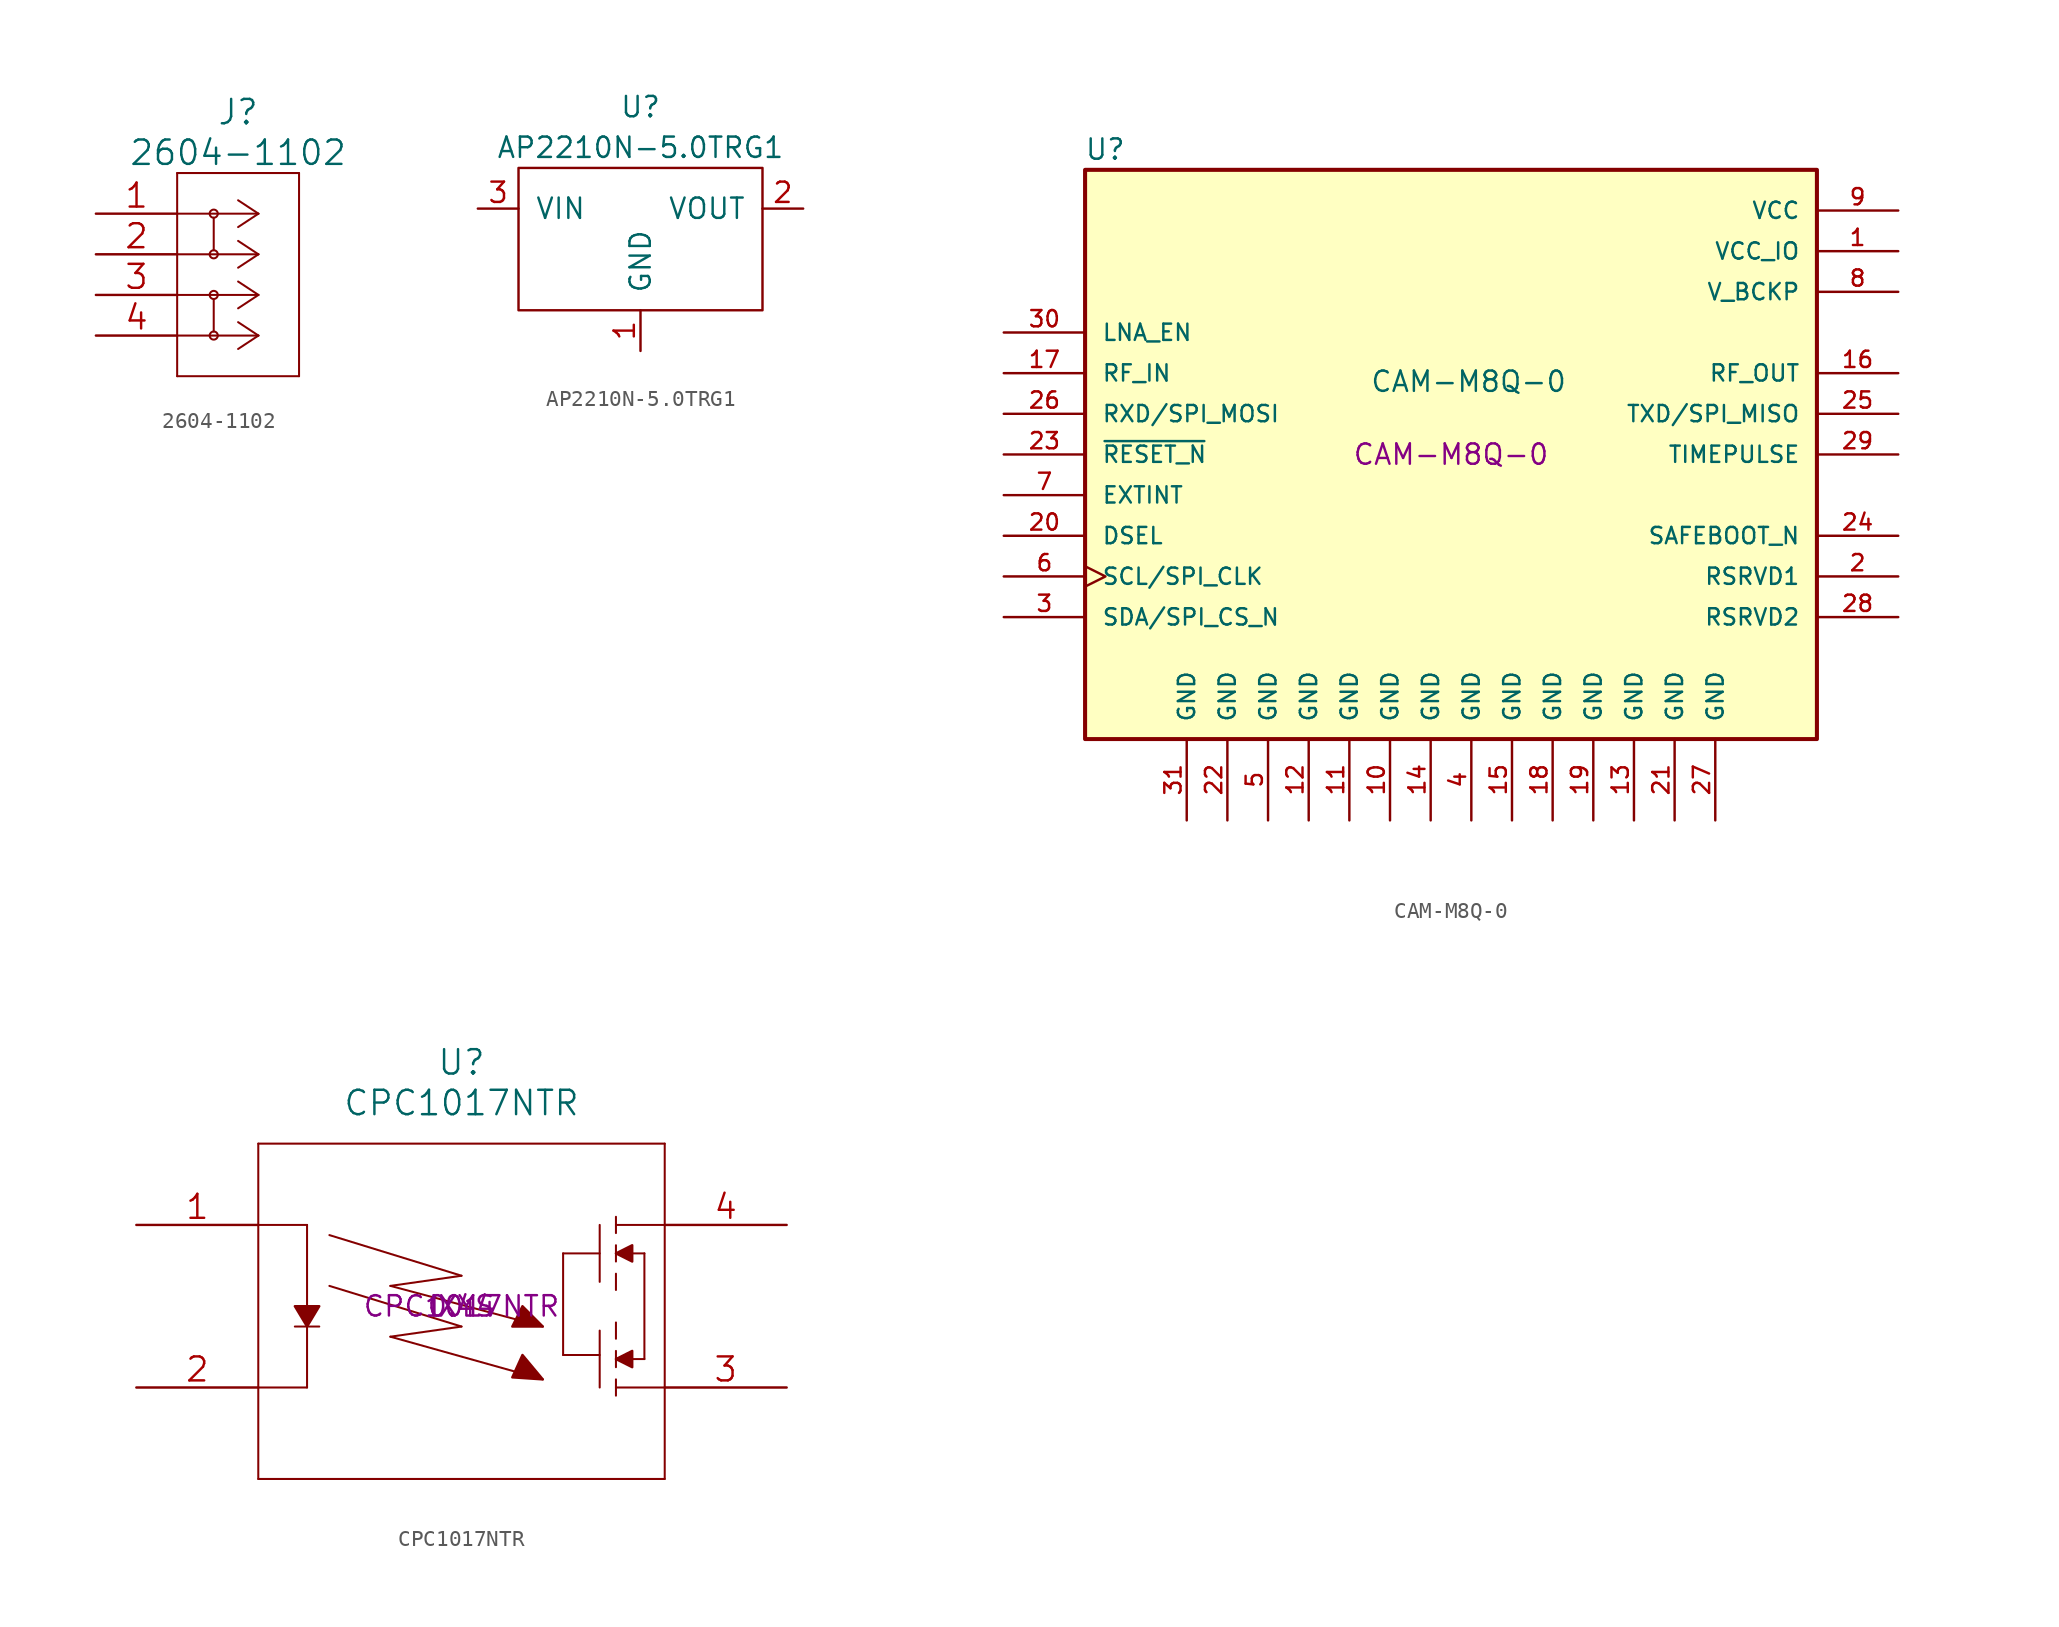
<source format=kicad_sym>
(kicad_symbol_lib
  (version 20211014)
  (generator kicad_symbol_editor)
  (symbol "2604-1102"
    (pin_names
      (offset 0.254) hide)
    (property "Reference" "J"
      (at -1.27 11.43 0)
      (effects (font (size 1.524 1.524))))
    (property "Value" "2604-1102"
      (at -1.27 8.89 0)
      (effects (font (size 1.524 1.524))))
    (symbol "2604-1102_1_1"
      (circle (center -2.794 -2.54) (radius 0.254) (stroke (width 0.127) (type default) (color 0 0 0 0)) (fill (type none)))
      (circle (center -2.794 0) (radius 0.254) (stroke (width 0.127) (type default) (color 0 0 0 0)) (fill (type none)))
      (circle (center -2.794 2.54) (radius 0.254) (stroke (width 0.127) (type default) (color 0 0 0 0)) (fill (type none)))
      (circle (center -2.794 5.08) (radius 0.254) (stroke (width 0.127) (type default) (color 0 0 0 0)) (fill (type none)))
      (arc (start -2.54 -2.54) (mid -3.048 -2.54) (end -2.54 -2.54) (stroke (width 0.127) (type default) (color 0 0 0 0)) (fill (type none)))
      (arc (start -2.54 0) (mid -3.048 0) (end -2.54 0) (stroke (width 0.127) (type default) (color 0 0 0 0)) (fill (type none)))
      (arc (start -2.54 2.54) (mid -3.048 2.54) (end -2.54 2.54) (stroke (width 0.127) (type default) (color 0 0 0 0)) (fill (type none)))
      (arc (start -2.54 5.08) (mid -3.048 5.08) (end -2.54 5.08) (stroke (width 0.127) (type default) (color 0 0 0 0)) (fill (type none)))
      (polyline (pts (xy -5.08 -5.08) (xy 2.54 -5.08)) (stroke (width 0.127) (type default) (color 0 0 0 0)) (fill (type none)))
      (polyline (pts (xy -5.08 7.62) (xy -5.08 -5.08)) (stroke (width 0.127) (type default) (color 0 0 0 0)) (fill (type none)))
      (polyline (pts (xy -2.794 -0.254) (xy -2.794 -2.286)) (stroke (width 0.127) (type default) (color 0 0 0 0)) (fill (type none)))
      (polyline (pts (xy -2.794 4.826) (xy -2.794 2.794)) (stroke (width 0.127) (type default) (color 0 0 0 0)) (fill (type none)))
      (polyline (pts (xy 0 -2.54) (xy -5.08 -2.54)) (stroke (width 0.127) (type default) (color 0 0 0 0)) (fill (type none)))
      (polyline (pts (xy 0 -2.54) (xy -1.27 -3.378)) (stroke (width 0.127) (type default) (color 0 0 0 0)) (fill (type none)))
      (polyline (pts (xy 0 -2.54) (xy -1.27 -1.702)) (stroke (width 0.127) (type default) (color 0 0 0 0)) (fill (type none)))
      (polyline (pts (xy 0 0) (xy -5.08 0)) (stroke (width 0.127) (type default) (color 0 0 0 0)) (fill (type none)))
      (polyline (pts (xy 0 0) (xy -1.27 -0.838)) (stroke (width 0.127) (type default) (color 0 0 0 0)) (fill (type none)))
      (polyline (pts (xy 0 0) (xy -1.27 0.838)) (stroke (width 0.127) (type default) (color 0 0 0 0)) (fill (type none)))
      (polyline (pts (xy 0 2.54) (xy -5.08 2.54)) (stroke (width 0.127) (type default) (color 0 0 0 0)) (fill (type none)))
      (polyline (pts (xy 0 2.54) (xy -1.27 1.702)) (stroke (width 0.127) (type default) (color 0 0 0 0)) (fill (type none)))
      (polyline (pts (xy 0 2.54) (xy -1.27 3.378)) (stroke (width 0.127) (type default) (color 0 0 0 0)) (fill (type none)))
      (polyline (pts (xy 0 5.08) (xy -5.08 5.08)) (stroke (width 0.127) (type default) (color 0 0 0 0)) (fill (type none)))
      (polyline (pts (xy 0 5.08) (xy -1.27 4.242)) (stroke (width 0.127) (type default) (color 0 0 0 0)) (fill (type none)))
      (polyline (pts (xy 0 5.08) (xy -1.27 5.918)) (stroke (width 0.127) (type default) (color 0 0 0 0)) (fill (type none)))
      (polyline (pts (xy 2.54 -5.08) (xy 2.54 7.62)) (stroke (width 0.127) (type default) (color 0 0 0 0)) (fill (type none)))
      (polyline (pts (xy 2.54 7.62) (xy -5.08 7.62)) (stroke (width 0.127) (type default) (color 0 0 0 0)) (fill (type none)))
      (pin passive line (at -10.16 5.08 0) (length 5.08) (name "1" (effects (font (size 1.499 1.499)))) (number "1" (effects (font (size 1.499 1.499)))))
      (pin passive line (at -10.16 2.54 0) (length 5.08) (name "2" (effects (font (size 1.499 1.499)))) (number "2" (effects (font (size 1.499 1.499)))))
      (pin passive line (at -10.16 0 0) (length 5.08) (name "3" (effects (font (size 1.499 1.499)))) (number "3" (effects (font (size 1.499 1.499)))))
      (pin passive line (at -10.16 -2.54 0) (length 5.08) (name "4" (effects (font (size 1.499 1.499)))) (number "4" (effects (font (size 1.499 1.499)))))))
  (symbol "AP2210N-5.0TRG1"
    (pin_names
      (offset 1.016))
    (property "Reference" "U"
      (at 0 8.89 0)
      (effects (font (size 1.27 1.27))))
    (property "Value" "AP2210N-5.0TRG1"
      (at 0 6.35 0)
      (effects (font (size 1.27 1.27))))
    (symbol "AP2210N-5.0TRG1_0_1"
      (rectangle (start -7.62 5.08) (end 7.62 -3.81) (stroke (width 0) (type default) (color 0 0 0 0)) (fill (type none))))
    (symbol "AP2210N-5.0TRG1_1_1"
      (pin power_in line (at 0 -6.35 90) (length 2.54) (name "GND" (effects (font (size 1.27 1.27)))) (number "1" (effects (font (size 1.27 1.27)))))
      (pin power_out line (at 10.16 2.54 180) (length 2.54) (name "VOUT" (effects (font (size 1.27 1.27)))) (number "2" (effects (font (size 1.27 1.27)))))
      (pin power_in line (at -10.16 2.54 0) (length 2.54) (name "VIN" (effects (font (size 1.27 1.27)))) (number "3" (effects (font (size 1.27 1.27)))))))
  (symbol "CAM-M8Q-0"
    (pin_names
      (offset 1.016))
    (property "Reference" "U"
      (at -22.911 18.313 0)
      (effects (font (size 1.27 1.27)) (justify left bottom)))
    (property "Value" "CAM-M8Q-0"
      (at -5.08 3.81 0)
      (effects (font (size 1.27 1.27)) (justify left bottom)))
    (property "MPN" "CAM-M8Q-0"
      (at 0 0 0)
      (effects (font (size 1.27 1.27))))
    (symbol "CAM-M8Q-0_0_0"
      (rectangle (start -22.86 -17.78) (end 22.86 17.78) (stroke (width 0.254) (type default) (color 0 0 0 0)) (fill (type background)))
      (pin power_in line (at 27.94 12.7 180) (length 5.08) (name "VCC_IO" (effects (font (size 1.016 1.016)))) (number "1" (effects (font (size 1.016 1.016)))))
      (pin power_in line (at -3.81 -22.86 90) (length 5.08) (name "GND" (effects (font (size 1.016 1.016)))) (number "10" (effects (font (size 1.016 1.016)))))
      (pin power_in line (at -6.35 -22.86 90) (length 5.08) (name "GND" (effects (font (size 1.016 1.016)))) (number "11" (effects (font (size 1.016 1.016)))))
      (pin power_in line (at -8.89 -22.86 90) (length 5.08) (name "GND" (effects (font (size 1.016 1.016)))) (number "12" (effects (font (size 1.016 1.016)))))
      (pin power_in line (at 11.43 -22.86 90) (length 5.08) (name "GND" (effects (font (size 1.016 1.016)))) (number "13" (effects (font (size 1.016 1.016)))))
      (pin power_in line (at -1.27 -22.86 90) (length 5.08) (name "GND" (effects (font (size 1.016 1.016)))) (number "14" (effects (font (size 1.016 1.016)))))
      (pin power_in line (at 3.81 -22.86 90) (length 5.08) (name "GND" (effects (font (size 1.016 1.016)))) (number "15" (effects (font (size 1.016 1.016)))))
      (pin output line (at 27.94 5.08 180) (length 5.08) (name "RF_OUT" (effects (font (size 1.016 1.016)))) (number "16" (effects (font (size 1.016 1.016)))))
      (pin passive line (at -27.94 5.08 0) (length 5.08) (name "RF_IN" (effects (font (size 1.016 1.016)))) (number "17" (effects (font (size 1.016 1.016)))))
      (pin power_in line (at 6.35 -22.86 90) (length 5.08) (name "GND" (effects (font (size 1.016 1.016)))) (number "18" (effects (font (size 1.016 1.016)))))
      (pin power_in line (at 8.89 -22.86 90) (length 5.08) (name "GND" (effects (font (size 1.016 1.016)))) (number "19" (effects (font (size 1.016 1.016)))))
      (pin passive line (at 27.94 -7.62 180) (length 5.08) (name "RSRVD1" (effects (font (size 1.016 1.016)))) (number "2" (effects (font (size 1.016 1.016)))))
      (pin input line (at -27.94 -5.08 0) (length 5.08) (name "DSEL" (effects (font (size 1.016 1.016)))) (number "20" (effects (font (size 1.016 1.016)))))
      (pin power_in line (at 13.97 -22.86 90) (length 5.08) (name "GND" (effects (font (size 1.016 1.016)))) (number "21" (effects (font (size 1.016 1.016)))))
      (pin power_in line (at -13.97 -22.86 90) (length 5.08) (name "GND" (effects (font (size 1.016 1.016)))) (number "22" (effects (font (size 1.016 1.016)))))
      (pin input line (at -27.94 0 0) (length 5.08) (name "~{RESET_N}" (effects (font (size 1.016 1.016)))) (number "23" (effects (font (size 1.016 1.016)))))
      (pin passive line (at 27.94 -5.08 180) (length 5.08) (name "SAFEBOOT_N" (effects (font (size 1.016 1.016)))) (number "24" (effects (font (size 1.016 1.016)))))
      (pin output line (at 27.94 2.54 180) (length 5.08) (name "TXD/SPI_MISO" (effects (font (size 1.016 1.016)))) (number "25" (effects (font (size 1.016 1.016)))))
      (pin input line (at -27.94 2.54 0) (length 5.08) (name "RXD/SPI_MOSI" (effects (font (size 1.016 1.016)))) (number "26" (effects (font (size 1.016 1.016)))))
      (pin power_in line (at 16.51 -22.86 90) (length 5.08) (name "GND" (effects (font (size 1.016 1.016)))) (number "27" (effects (font (size 1.016 1.016)))))
      (pin passive line (at 27.94 -10.16 180) (length 5.08) (name "RSRVD2" (effects (font (size 1.016 1.016)))) (number "28" (effects (font (size 1.016 1.016)))))
      (pin output line (at 27.94 0 180) (length 5.08) (name "TIMEPULSE" (effects (font (size 1.016 1.016)))) (number "29" (effects (font (size 1.016 1.016)))))
      (pin bidirectional line (at -27.94 -10.16 0) (length 5.08) (name "SDA/SPI_CS_N" (effects (font (size 1.016 1.016)))) (number "3" (effects (font (size 1.016 1.016)))))
      (pin input line (at -27.94 7.62 0) (length 5.08) (name "LNA_EN" (effects (font (size 1.016 1.016)))) (number "30" (effects (font (size 1.016 1.016)))))
      (pin power_in line (at -16.51 -22.86 90) (length 5.08) (name "GND" (effects (font (size 1.016 1.016)))) (number "31" (effects (font (size 1.016 1.016)))))
      (pin power_in line (at 1.27 -22.86 90) (length 5.08) (name "GND" (effects (font (size 1.016 1.016)))) (number "4" (effects (font (size 1.016 1.016)))))
      (pin power_in line (at -11.43 -22.86 90) (length 5.08) (name "GND" (effects (font (size 1.016 1.016)))) (number "5" (effects (font (size 1.016 1.016)))))
      (pin input clock (at -27.94 -7.62 0) (length 5.08) (name "SCL/SPI_CLK" (effects (font (size 1.016 1.016)))) (number "6" (effects (font (size 1.016 1.016)))))
      (pin output line (at -27.94 -2.54 0) (length 5.08) (name "EXTINT" (effects (font (size 1.016 1.016)))) (number "7" (effects (font (size 1.016 1.016)))))
      (pin power_in line (at 27.94 10.16 180) (length 5.08) (name "V_BCKP" (effects (font (size 1.016 1.016)))) (number "8" (effects (font (size 1.016 1.016)))))
      (pin power_in line (at 27.94 15.24 180) (length 5.08) (name "VCC" (effects (font (size 1.016 1.016)))) (number "9" (effects (font (size 1.016 1.016)))))))
  (symbol "CPC1017NTR"
    (pin_names
      (offset 0.254) hide)
    (property "Reference" "U"
      (at 0 15.24 0)
      (effects (font (size 1.524 1.524))))
    (property "Value" "CPC1017NTR"
      (at 0 12.7 0)
      (effects (font (size 1.524 1.524))))
    (property "Datasheet" ""
      (at -20.32 5.08 0)
      (effects (font (size 1.524 1.524))))
    (property "MPN" "CPC1017NTR"
      (at 0 0 0)
      (effects (font (size 1.27 1.27))))
    (property "Price" "0.44"
      (at 0 0 0)
      (effects (font (size 1.27 1.27))))
    (property "Manufacturer" "IXYS"
      (at 0 0 0)
      (effects (font (size 1.27 1.27))))
    (symbol "CPC1017NTR_1_1"
      (polyline (pts (xy -12.7 -10.795) (xy 12.7 -10.795)) (stroke (width 0.127) (type default) (color 0 0 0 0)) (fill (type none)))
      (polyline (pts (xy -12.7 -5.08) (xy -9.652 -5.08)) (stroke (width 0.127) (type default) (color 0 0 0 0)) (fill (type none)))
      (polyline (pts (xy -12.7 5.08) (xy -9.652 5.08)) (stroke (width 0.127) (type default) (color 0 0 0 0)) (fill (type none)))
      (polyline (pts (xy -12.7 10.16) (xy -12.7 -10.795)) (stroke (width 0.127) (type default) (color 0 0 0 0)) (fill (type none)))
      (polyline (pts (xy -10.414 -1.27) (xy -8.89 -1.27)) (stroke (width 0.127) (type default) (color 0 0 0 0)) (fill (type none)))
      (polyline (pts (xy -9.652 5.08) (xy -9.652 -5.08)) (stroke (width 0.127) (type default) (color 0 0 0 0)) (fill (type none)))
      (polyline (pts (xy -8.255 1.27) (xy 0 -1.27)) (stroke (width 0.127) (type default) (color 0 0 0 0)) (fill (type none)))
      (polyline (pts (xy -8.255 4.445) (xy 0 1.905)) (stroke (width 0.127) (type default) (color 0 0 0 0)) (fill (type none)))
      (polyline (pts (xy -4.445 -1.905) (xy 5.08 -4.572)) (stroke (width 0.127) (type default) (color 0 0 0 0)) (fill (type none)))
      (polyline (pts (xy -4.445 1.27) (xy 5.08 -1.27)) (stroke (width 0.127) (type default) (color 0 0 0 0)) (fill (type none)))
      (polyline (pts (xy 0 -1.27) (xy -4.445 -1.905)) (stroke (width 0.127) (type default) (color 0 0 0 0)) (fill (type none)))
      (polyline (pts (xy 0 1.905) (xy -4.445 1.27)) (stroke (width 0.127) (type default) (color 0 0 0 0)) (fill (type none)))
      (polyline (pts (xy 6.35 -3.048) (xy 8.636 -3.048)) (stroke (width 0.127) (type default) (color 0 0 0 0)) (fill (type none)))
      (polyline (pts (xy 6.35 3.302) (xy 6.35 -3.048)) (stroke (width 0.127) (type default) (color 0 0 0 0)) (fill (type none)))
      (polyline (pts (xy 8.636 -1.524) (xy 8.636 -5.08)) (stroke (width 0.127) (type default) (color 0 0 0 0)) (fill (type none)))
      (polyline (pts (xy 8.636 3.302) (xy 6.35 3.302)) (stroke (width 0.127) (type default) (color 0 0 0 0)) (fill (type none)))
      (polyline (pts (xy 8.636 5.08) (xy 8.636 1.524)) (stroke (width 0.127) (type default) (color 0 0 0 0)) (fill (type none)))
      (polyline (pts (xy 9.652 -5.08) (xy 12.7 -5.08)) (stroke (width 0.127) (type default) (color 0 0 0 0)) (fill (type none)))
      (polyline (pts (xy 9.652 -4.572) (xy 9.652 -5.588)) (stroke (width 0.127) (type default) (color 0 0 0 0)) (fill (type none)))
      (polyline (pts (xy 9.652 -2.794) (xy 9.652 -3.81)) (stroke (width 0.127) (type default) (color 0 0 0 0)) (fill (type none)))
      (polyline (pts (xy 9.652 -2.032) (xy 9.652 -1.016)) (stroke (width 0.127) (type default) (color 0 0 0 0)) (fill (type none)))
      (polyline (pts (xy 9.652 2.032) (xy 9.652 1.016)) (stroke (width 0.127) (type default) (color 0 0 0 0)) (fill (type none)))
      (polyline (pts (xy 9.652 3.302) (xy 11.43 3.302)) (stroke (width 0.127) (type default) (color 0 0 0 0)) (fill (type none)))
      (polyline (pts (xy 9.652 3.81) (xy 9.652 2.794)) (stroke (width 0.127) (type default) (color 0 0 0 0)) (fill (type none)))
      (polyline (pts (xy 9.652 5.08) (xy 12.7 5.08)) (stroke (width 0.127) (type default) (color 0 0 0 0)) (fill (type none)))
      (polyline (pts (xy 9.652 5.588) (xy 9.652 4.572)) (stroke (width 0.127) (type default) (color 0 0 0 0)) (fill (type none)))
      (polyline (pts (xy 11.43 -3.302) (xy 9.652 -3.302)) (stroke (width 0.127) (type default) (color 0 0 0 0)) (fill (type none)))
      (polyline (pts (xy 11.43 3.302) (xy 11.43 -3.302)) (stroke (width 0.127) (type default) (color 0 0 0 0)) (fill (type none)))
      (polyline (pts (xy 12.7 -10.795) (xy 12.7 10.16)) (stroke (width 0.127) (type default) (color 0 0 0 0)) (fill (type none)))
      (polyline (pts (xy 12.7 10.16) (xy -12.7 10.16)) (stroke (width 0.127) (type default) (color 0 0 0 0)) (fill (type none)))
      (polyline (pts (xy -10.414 0) (xy -9.652 -1.27) (xy -8.89 0) (xy -10.414 0)) (stroke (width 0) (type default) (color 0 0 0 0)) (fill (type outline)))
      (polyline (pts (xy 5.08 -4.572) (xy 3.81 -3.048) (xy 3.175 -4.445) (xy 5.08 -4.572)) (stroke (width 0) (type default) (color 0 0 0 0)) (fill (type outline)))
      (polyline (pts (xy 5.08 -1.27) (xy 3.81 0) (xy 3.175 -1.27) (xy 5.08 -1.27)) (stroke (width 0) (type default) (color 0 0 0 0)) (fill (type outline)))
      (polyline (pts (xy 9.652 -3.302) (xy 10.668 -3.81) (xy 10.668 -2.794) (xy 9.652 -3.302)) (stroke (width 0) (type default) (color 0 0 0 0)) (fill (type outline)))
      (polyline (pts (xy 9.652 3.302) (xy 10.668 2.794) (xy 10.668 3.81) (xy 9.652 3.302)) (stroke (width 0) (type default) (color 0 0 0 0)) (fill (type outline)))
      (pin passive line (at -20.32 5.08 0) (length 7.62) (name "1" (effects (font (size 1.499 1.499)))) (number "1" (effects (font (size 1.499 1.499)))))
      (pin passive line (at -20.32 -5.08 0) (length 7.62) (name "2" (effects (font (size 1.499 1.499)))) (number "2" (effects (font (size 1.499 1.499)))))
      (pin passive line (at 20.32 -5.08 180) (length 7.62) (name "3" (effects (font (size 1.499 1.499)))) (number "3" (effects (font (size 1.499 1.499)))))
      (pin passive line (at 20.32 5.08 180) (length 7.62) (name "4" (effects (font (size 1.499 1.499)))) (number "4" (effects (font (size 1.499 1.499))))))))
</source>
